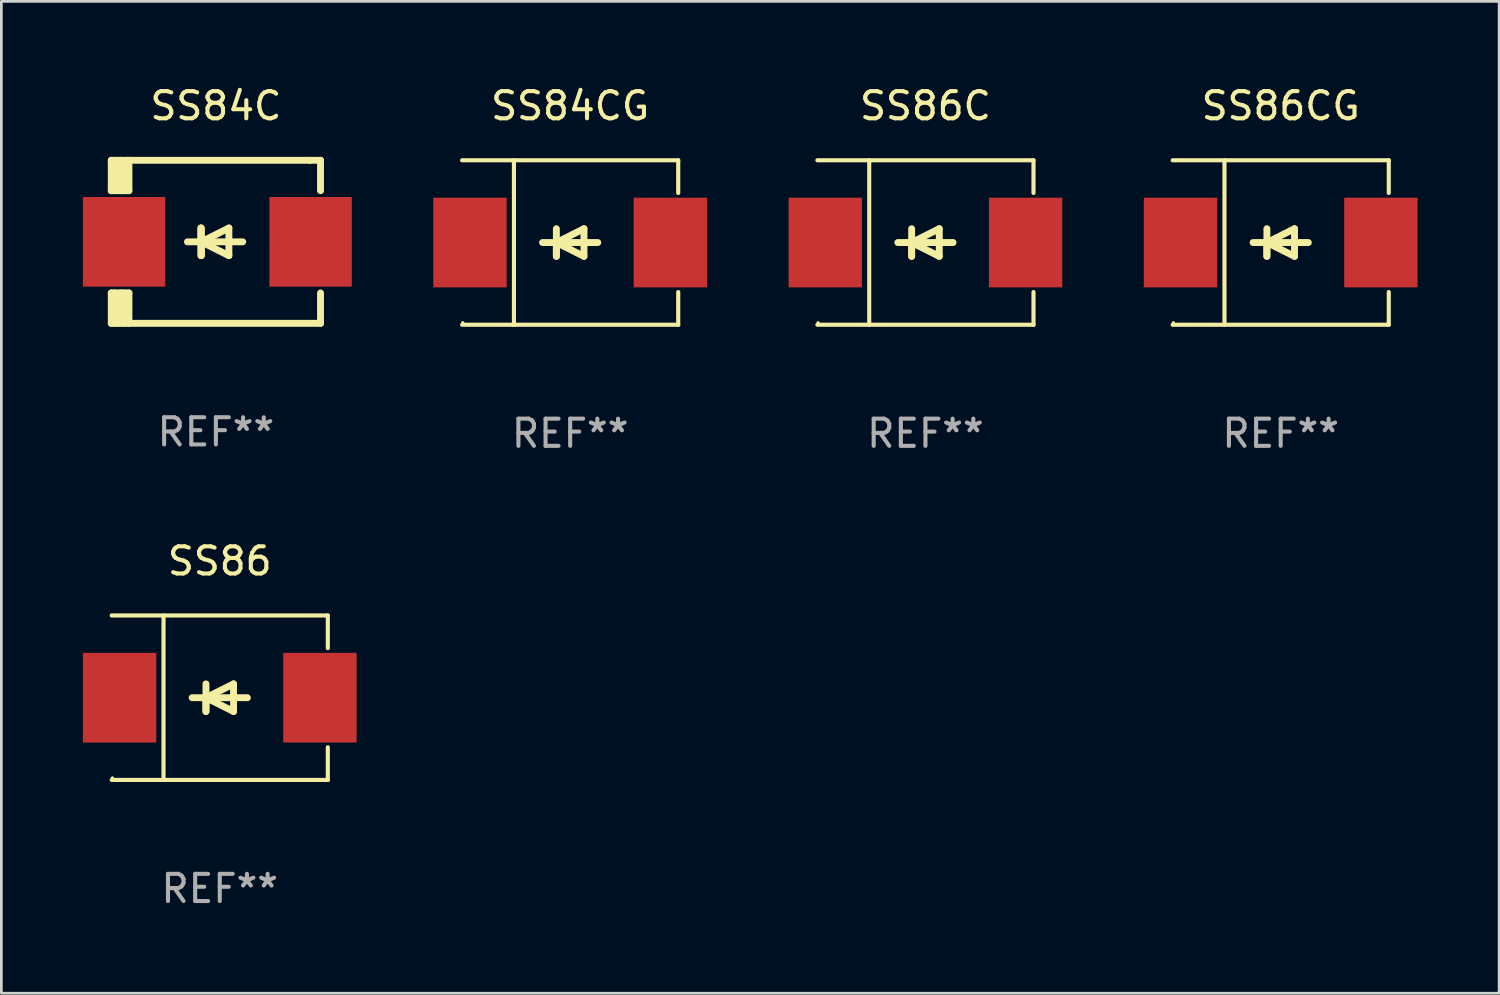
<source format=kicad_pcb>
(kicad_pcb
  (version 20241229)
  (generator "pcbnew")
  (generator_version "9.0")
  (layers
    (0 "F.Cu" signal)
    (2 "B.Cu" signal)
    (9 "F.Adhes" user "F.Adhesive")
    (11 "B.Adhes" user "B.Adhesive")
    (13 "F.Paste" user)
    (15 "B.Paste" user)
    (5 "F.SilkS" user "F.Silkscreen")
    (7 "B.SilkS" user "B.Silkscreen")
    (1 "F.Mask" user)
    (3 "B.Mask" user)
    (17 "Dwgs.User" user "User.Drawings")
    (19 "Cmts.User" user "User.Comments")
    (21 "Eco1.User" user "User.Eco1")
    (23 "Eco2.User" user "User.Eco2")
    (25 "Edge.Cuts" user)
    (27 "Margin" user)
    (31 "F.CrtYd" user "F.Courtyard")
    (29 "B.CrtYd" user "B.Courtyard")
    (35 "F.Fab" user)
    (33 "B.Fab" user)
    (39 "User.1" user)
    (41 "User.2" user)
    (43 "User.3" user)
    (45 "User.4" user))
  (footprint "SS84C"
    (layer "F.Cu")
    (at 4.894 5.848)
    (property "Reference" "SS84C" (at 0 -5 0) (layer "F.SilkS") (effects (font (size 1 1) (thickness 0.15))))
    (attr through_hole)
    (fp_line (start -3.85 -1.881) (end -3.85 -3) (stroke (width 0.254) (type solid)) (layer "F.SilkS"))
    (fp_line (start -3.85 1.881) (end -3.2 1.881) (stroke (width 0.254) (type solid)) (layer "F.SilkS"))
    (fp_line (start -3.85 3) (end -3.85 1.881) (stroke (width 0.254) (type solid)) (layer "F.SilkS"))
    (fp_line (start -3.719 -1.881) (end -3.719 -3) (stroke (width 0.254) (type solid)) (layer "F.SilkS"))
    (fp_line (start -3.719 3) (end -3.719 1.881) (stroke (width 0.254) (type solid)) (layer "F.SilkS"))
    (fp_line (start -3.5 -3) (end -3.5 -1.881) (stroke (width 0.254) (type solid)) (layer "F.SilkS"))
    (fp_line (start -3.5 1.881) (end -3.5 2.944) (stroke (width 0.254) (type solid)) (layer "F.SilkS"))
    (fp_line (start -3.5 2.944) (end -3.556 3) (stroke (width 0.254) (type solid)) (layer "F.SilkS"))
    (fp_line (start -3.388 -2.906) (end -3.295 -3) (stroke (width 0.254) (type solid)) (layer "F.SilkS"))
    (fp_line (start -3.388 -1.881) (end -3.388 -2.906) (stroke (width 0.254) (type solid)) (layer "F.SilkS"))
    (fp_line (start -3.388 3) (end -3.388 1.881) (stroke (width 0.254) (type solid)) (layer "F.SilkS"))
    (fp_line (start -3.2 -3) (end -3.2 -1.881) (stroke (width 0.254) (type solid)) (layer "F.SilkS"))
    (fp_line (start -3.2 -1.881) (end -3.85 -1.881) (stroke (width 0.254) (type solid)) (layer "F.SilkS"))
    (fp_line (start -3.2 1.881) (end -3.2 3) (stroke (width 0.254) (type solid)) (layer "F.SilkS"))
    (fp_line (start -0.55 -0.508) (end -0.55 0.508) (stroke (width 0.254) (type solid)) (layer "F.SilkS"))
    (fp_line (start -0.55 0) (end -0.55 -0.508) (stroke (width 0.254) (type solid)) (layer "F.SilkS"))
    (fp_line (start -0.538 0) (end -0.538 0.508) (stroke (width 0.254) (type solid)) (layer "F.SilkS"))
    (fp_line (start -0.538 0) (end 0.478 0.508) (stroke (width 0.254) (type solid)) (layer "F.SilkS"))
    (fp_line (start -0.538 0.508) (end -0.538 -0.508) (stroke (width 0.254) (type solid)) (layer "F.SilkS"))
    (fp_line (start 0.478 -0.508) (end -0.538 0) (stroke (width 0.254) (type solid)) (layer "F.SilkS"))
    (fp_line (start 0.478 0.508) (end 0.478 -0.508) (stroke (width 0.254) (type solid)) (layer "F.SilkS"))
    (fp_line (start 0.986 0) (end -1.046 0) (stroke (width 0.254) (type solid)) (layer "F.SilkS"))
    (fp_line (start 3.45 -3) (end -3.85 -3) (stroke (width 0.254) (type solid)) (layer "F.SilkS"))
    (fp_line (start 3.45 -3) (end 3.85 -3) (stroke (width 0.254) (type solid)) (layer "F.SilkS"))
    (fp_line (start 3.85 -3) (end 3.85 -1.881) (stroke (width 0.254) (type solid)) (layer "F.SilkS"))
    (fp_line (start 3.85 1.881) (end 3.85 3) (stroke (width 0.254) (type solid)) (layer "F.SilkS"))
    (fp_line (start 3.85 3) (end -3.85 3) (stroke (width 0.254) (type solid)) (layer "F.SilkS"))
    (fp_circle (center -3.847 2.95) (end -3.817 2.95) (stroke (width 0.06) (type solid)) (fill no) (layer "F.SilkS"))
    (fp_text user "REF**" (at 0 7 0) (layer "F.Fab") (effects (font (size 1 1) (thickness 0.15))))
    (pad "1" smd rect (at -3.379 0) (size 3.03 3.3) (layers "F.Cu" "F.Mask" "F.Paste"))
    (pad "2" smd rect (at 3.485 0) (size 3.03 3.3) (layers "F.Cu" "F.Mask" "F.Paste")))
  (footprint "SS86CG"
    (layer "F.Cu")
    (at 44.075 5.874)
    (property "Reference" "SS86CG" (at 0 -5.026 0) (layer "F.SilkS") (effects (font (size 1 1) (thickness 0.15))))
    (attr through_hole)
    (fp_line (start -3.976 -3.026) (end 3.976 -3.026) (stroke (width 0.152) (type solid)) (layer "F.SilkS"))
    (fp_line (start -3.976 3.026) (end 3.976 3.026) (stroke (width 0.152) (type solid)) (layer "F.SilkS"))
    (fp_line (start -2.069 -3.026) (end -2.069 3.026) (stroke (width 0.152) (type solid)) (layer "F.SilkS"))
    (fp_line (start -0.508 0) (end -0.508 0.508) (stroke (width 0.254) (type solid)) (layer "F.SilkS"))
    (fp_line (start -0.508 0) (end 0.508 0.508) (stroke (width 0.254) (type solid)) (layer "F.SilkS"))
    (fp_line (start -0.508 0.508) (end -0.508 -0.508) (stroke (width 0.254) (type solid)) (layer "F.SilkS"))
    (fp_line (start 0.508 -0.508) (end -0.508 0) (stroke (width 0.254) (type solid)) (layer "F.SilkS"))
    (fp_line (start 0.508 0.508) (end 0.508 -0.508) (stroke (width 0.254) (type solid)) (layer "F.SilkS"))
    (fp_line (start 1.016 0) (end -1.016 0) (stroke (width 0.254) (type solid)) (layer "F.SilkS"))
    (fp_line (start 3.976 -3.026) (end 3.976 -1.823) (stroke (width 0.152) (type solid)) (layer "F.SilkS"))
    (fp_line (start 3.976 3.026) (end 3.976 1.823) (stroke (width 0.152) (type solid)) (layer "F.SilkS"))
    (fp_circle (center -3.95 2.95) (end -3.92 2.95) (stroke (width 0.06) (type solid)) (fill no) (layer "F.SilkS"))
    (fp_text user "REF**" (at 0 7.026 0) (layer "F.Fab") (effects (font (size 1 1) (thickness 0.15))))
    (pad "1" smd rect (at -3.686 0) (size 2.7 3.3) (layers "F.Cu" "F.Mask" "F.Paste"))
    (pad "2" smd rect (at 3.686 0) (size 2.7 3.3) (layers "F.Cu" "F.Mask" "F.Paste")))
  (footprint "SS86"
    (layer "F.Cu")
    (at 5.036 22.623)
    (property "Reference" "SS86" (at 0 -5.026 0) (layer "F.SilkS") (effects (font (size 1 1) (thickness 0.15))))
    (attr through_hole)
    (fp_line (start -3.976 -3.026) (end 3.976 -3.026) (stroke (width 0.152) (type solid)) (layer "F.SilkS"))
    (fp_line (start -3.976 3.026) (end 3.976 3.026) (stroke (width 0.152) (type solid)) (layer "F.SilkS"))
    (fp_line (start -2.069 -3.026) (end -2.069 3.026) (stroke (width 0.152) (type solid)) (layer "F.SilkS"))
    (fp_line (start -0.508 0) (end -0.508 0.508) (stroke (width 0.254) (type solid)) (layer "F.SilkS"))
    (fp_line (start -0.508 0) (end 0.508 0.508) (stroke (width 0.254) (type solid)) (layer "F.SilkS"))
    (fp_line (start -0.508 0.508) (end -0.508 -0.508) (stroke (width 0.254) (type solid)) (layer "F.SilkS"))
    (fp_line (start 0.508 -0.508) (end -0.508 0) (stroke (width 0.254) (type solid)) (layer "F.SilkS"))
    (fp_line (start 0.508 0.508) (end 0.508 -0.508) (stroke (width 0.254) (type solid)) (layer "F.SilkS"))
    (fp_line (start 1.016 0) (end -1.016 0) (stroke (width 0.254) (type solid)) (layer "F.SilkS"))
    (fp_line (start 3.976 -3.026) (end 3.976 -1.823) (stroke (width 0.152) (type solid)) (layer "F.SilkS"))
    (fp_line (start 3.976 3.026) (end 3.976 1.823) (stroke (width 0.152) (type solid)) (layer "F.SilkS"))
    (fp_circle (center -3.95 2.95) (end -3.92 2.95) (stroke (width 0.06) (type solid)) (fill no) (layer "F.SilkS"))
    (fp_text user "REF**" (at 0 7.026 0) (layer "F.Fab") (effects (font (size 1 1) (thickness 0.15))))
    (pad "1" smd rect (at -3.686 0) (size 2.7 3.3) (layers "F.Cu" "F.Mask" "F.Paste"))
    (pad "2" smd rect (at 3.686 0) (size 2.7 3.3) (layers "F.Cu" "F.Mask" "F.Paste")))
  (footprint "SS84CG"
    (layer "F.Cu")
    (at 17.93 5.874)
    (property "Reference" "SS84CG" (at 0 -5.026 0) (layer "F.SilkS") (effects (font (size 1 1) (thickness 0.15))))
    (attr through_hole)
    (fp_line (start -3.976 -3.026) (end 3.976 -3.026) (stroke (width 0.152) (type solid)) (layer "F.SilkS"))
    (fp_line (start -3.976 3.026) (end 3.976 3.026) (stroke (width 0.152) (type solid)) (layer "F.SilkS"))
    (fp_line (start -2.069 -3.026) (end -2.069 3.026) (stroke (width 0.152) (type solid)) (layer "F.SilkS"))
    (fp_line (start -0.508 0) (end -0.508 0.508) (stroke (width 0.254) (type solid)) (layer "F.SilkS"))
    (fp_line (start -0.508 0) (end 0.508 0.508) (stroke (width 0.254) (type solid)) (layer "F.SilkS"))
    (fp_line (start -0.508 0.508) (end -0.508 -0.508) (stroke (width 0.254) (type solid)) (layer "F.SilkS"))
    (fp_line (start 0.508 -0.508) (end -0.508 0) (stroke (width 0.254) (type solid)) (layer "F.SilkS"))
    (fp_line (start 0.508 0.508) (end 0.508 -0.508) (stroke (width 0.254) (type solid)) (layer "F.SilkS"))
    (fp_line (start 1.016 0) (end -1.016 0) (stroke (width 0.254) (type solid)) (layer "F.SilkS"))
    (fp_line (start 3.976 -3.026) (end 3.976 -1.823) (stroke (width 0.152) (type solid)) (layer "F.SilkS"))
    (fp_line (start 3.976 3.026) (end 3.976 1.823) (stroke (width 0.152) (type solid)) (layer "F.SilkS"))
    (fp_circle (center -3.95 2.95) (end -3.92 2.95) (stroke (width 0.06) (type solid)) (fill no) (layer "F.SilkS"))
    (fp_text user "REF**" (at 0 7.026 0) (layer "F.Fab") (effects (font (size 1 1) (thickness 0.15))))
    (pad "1" smd rect (at -3.686 0) (size 2.7 3.3) (layers "F.Cu" "F.Mask" "F.Paste"))
    (pad "2" smd rect (at 3.686 0) (size 2.7 3.3) (layers "F.Cu" "F.Mask" "F.Paste")))
  (footprint "SS86C"
    (layer "F.Cu")
    (at 31.003 5.874)
    (property "Reference" "SS86C" (at 0 -5.026 0) (layer "F.SilkS") (effects (font (size 1 1) (thickness 0.15))))
    (attr through_hole)
    (fp_line (start -3.976 -3.026) (end 3.976 -3.026) (stroke (width 0.152) (type solid)) (layer "F.SilkS"))
    (fp_line (start -3.976 3.026) (end 3.976 3.026) (stroke (width 0.152) (type solid)) (layer "F.SilkS"))
    (fp_line (start -2.069 -3.026) (end -2.069 3.026) (stroke (width 0.152) (type solid)) (layer "F.SilkS"))
    (fp_line (start -0.508 0) (end -0.508 0.508) (stroke (width 0.254) (type solid)) (layer "F.SilkS"))
    (fp_line (start -0.508 0) (end 0.508 0.508) (stroke (width 0.254) (type solid)) (layer "F.SilkS"))
    (fp_line (start -0.508 0.508) (end -0.508 -0.508) (stroke (width 0.254) (type solid)) (layer "F.SilkS"))
    (fp_line (start 0.508 -0.508) (end -0.508 0) (stroke (width 0.254) (type solid)) (layer "F.SilkS"))
    (fp_line (start 0.508 0.508) (end 0.508 -0.508) (stroke (width 0.254) (type solid)) (layer "F.SilkS"))
    (fp_line (start 1.016 0) (end -1.016 0) (stroke (width 0.254) (type solid)) (layer "F.SilkS"))
    (fp_line (start 3.976 -3.026) (end 3.976 -1.823) (stroke (width 0.152) (type solid)) (layer "F.SilkS"))
    (fp_line (start 3.976 3.026) (end 3.976 1.823) (stroke (width 0.152) (type solid)) (layer "F.SilkS"))
    (fp_circle (center -3.95 2.95) (end -3.92 2.95) (stroke (width 0.06) (type solid)) (fill no) (layer "F.SilkS"))
    (fp_text user "REF**" (at 0 7.026 0) (layer "F.Fab") (effects (font (size 1 1) (thickness 0.15))))
    (pad "1" smd rect (at -3.686 0) (size 2.7 3.3) (layers "F.Cu" "F.Mask" "F.Paste"))
    (pad "2" smd rect (at 3.686 0) (size 2.7 3.3) (layers "F.Cu" "F.Mask" "F.Paste")))
  (gr_rect
    (start -3 -3)
    (end 52.112 33.498)
    (stroke (width 0.1) (type default))
    (fill no)
    (layer "Edge.Cuts")))
</source>
